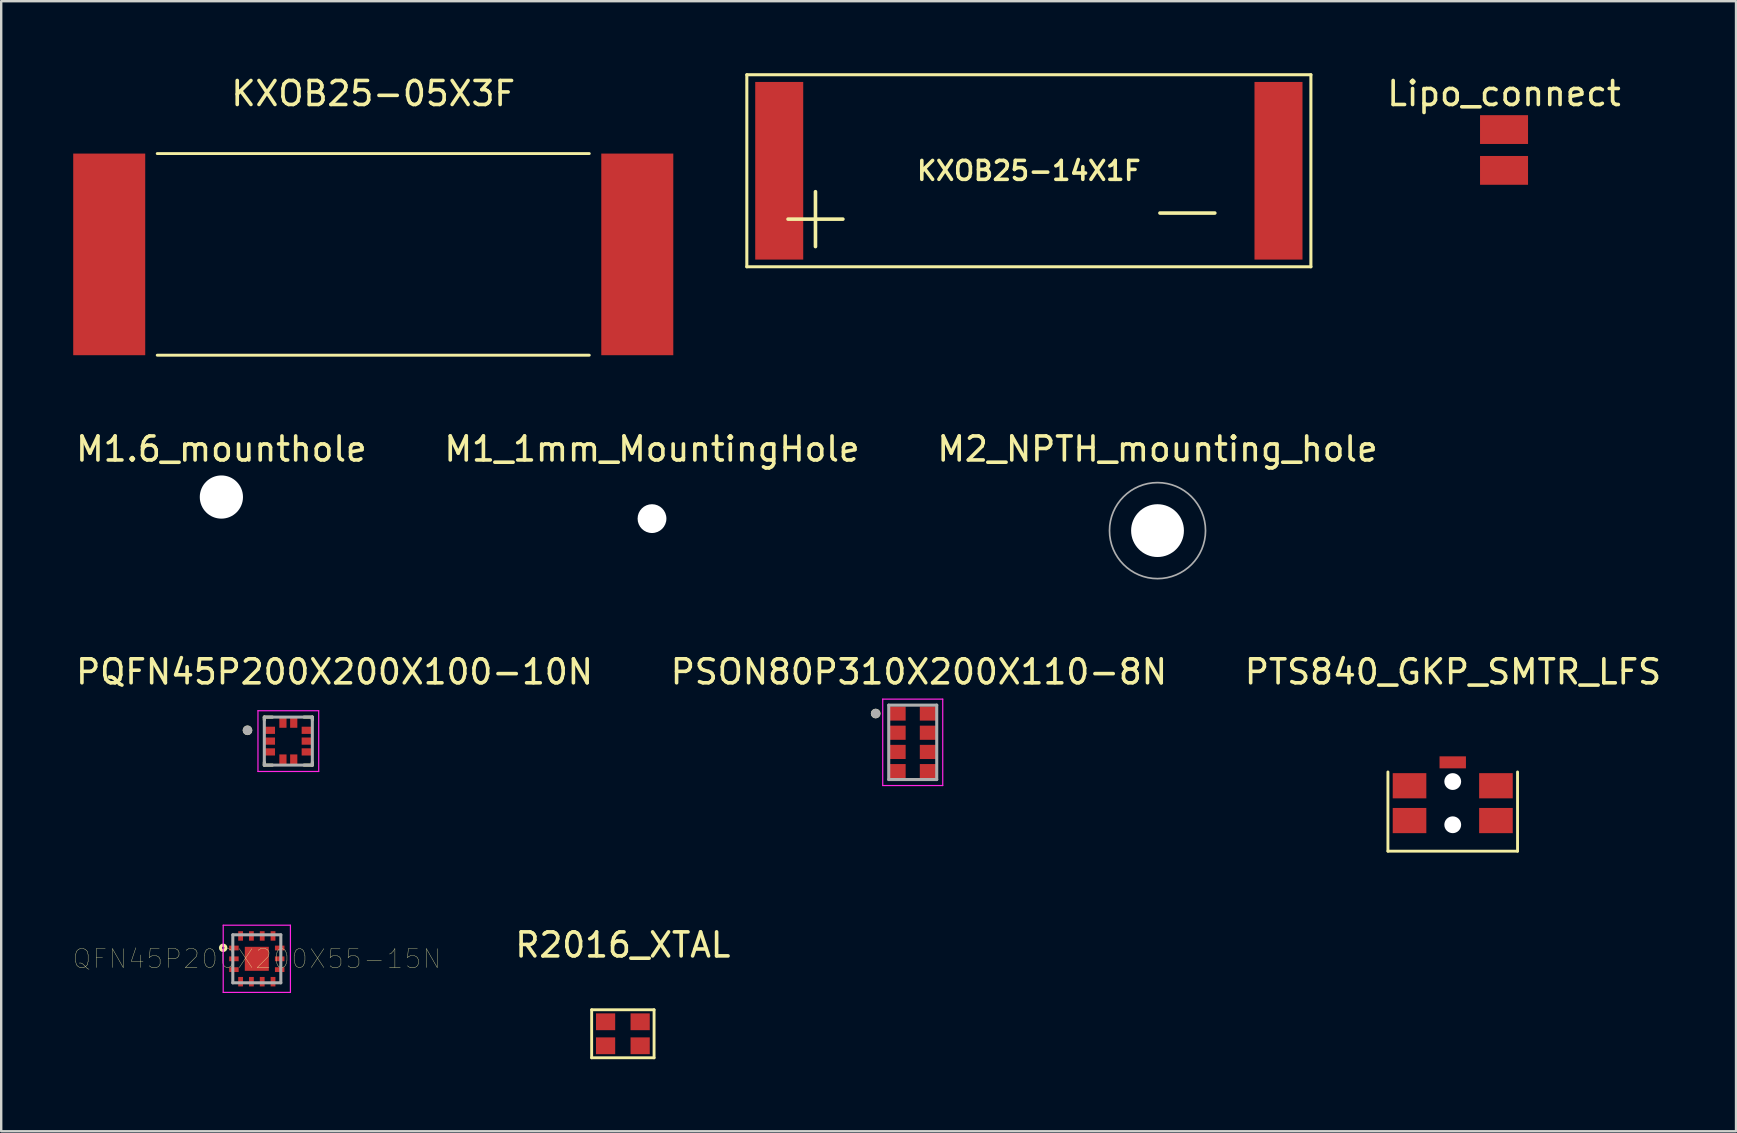
<source format=kicad_pcb>
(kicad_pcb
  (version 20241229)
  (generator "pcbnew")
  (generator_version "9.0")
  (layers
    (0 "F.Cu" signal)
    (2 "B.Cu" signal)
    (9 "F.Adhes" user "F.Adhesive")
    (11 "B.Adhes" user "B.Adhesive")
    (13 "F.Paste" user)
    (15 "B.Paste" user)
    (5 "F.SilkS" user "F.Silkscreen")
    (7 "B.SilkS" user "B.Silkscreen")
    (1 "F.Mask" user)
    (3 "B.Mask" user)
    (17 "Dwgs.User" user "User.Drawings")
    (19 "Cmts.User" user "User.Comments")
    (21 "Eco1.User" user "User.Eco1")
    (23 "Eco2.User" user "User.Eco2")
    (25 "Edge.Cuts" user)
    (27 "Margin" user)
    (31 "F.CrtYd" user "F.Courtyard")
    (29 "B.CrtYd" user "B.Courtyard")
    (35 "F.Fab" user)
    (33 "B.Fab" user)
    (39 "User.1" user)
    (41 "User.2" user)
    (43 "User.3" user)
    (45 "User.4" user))
  (footprint "QFN45P200X200X55-15N"
    (layer "F.Cu")
    (at 7.649 36.895)
    (property "Reference" "QFN45P200X200X55-15N" (at 0 0 0) (layer "F.SilkS") (effects (font (size 0.787 0.787) (thickness 0.015))))
    (attr through_hole)
    (fp_circle (center -1.401 -0.458) (end -1.351 -0.458) (stroke (width 0.127) (type solid)) (fill no) (layer "F.SilkS"))
    (fp_line (start -1.4 -1.4) (end 1.4 -1.4) (stroke (width 0.05) (type solid)) (layer "F.CrtYd"))
    (fp_line (start -1.4 1.4) (end -1.4 -1.4) (stroke (width 0.05) (type solid)) (layer "F.CrtYd"))
    (fp_line (start 1.4 -1.4) (end 1.4 1.4) (stroke (width 0.05) (type solid)) (layer "F.CrtYd"))
    (fp_line (start 1.4 1.4) (end -1.4 1.4) (stroke (width 0.05) (type solid)) (layer "F.CrtYd"))
    (fp_line (start -1 -1) (end 1 -1) (stroke (width 0.127) (type solid)) (layer "F.Fab"))
    (fp_line (start -1 1) (end -1 -1) (stroke (width 0.127) (type solid)) (layer "F.Fab"))
    (fp_line (start 1 -1) (end 1 1) (stroke (width 0.127) (type solid)) (layer "F.Fab"))
    (fp_line (start 1 1) (end -1 1) (stroke (width 0.127) (type solid)) (layer "F.Fab"))
    (pad "1" smd rect (at -0.953 -0.45) (size 0.395 0.2) (layers "F.Cu" "F.Mask" "F.Paste"))
    (pad "2" smd rect (at -0.953 0) (size 0.395 0.2) (layers "F.Cu" "F.Mask" "F.Paste"))
    (pad "3" smd rect (at -0.953 0.45) (size 0.395 0.2) (layers "F.Cu" "F.Mask" "F.Paste"))
    (pad "4" smd rect (at -0.675 0.953) (size 0.2 0.395) (layers "F.Cu" "F.Mask" "F.Paste"))
    (pad "5" smd rect (at -0.225 0.953) (size 0.2 0.395) (layers "F.Cu" "F.Mask" "F.Paste"))
    (pad "6" smd rect (at 0.225 0.953) (size 0.2 0.395) (layers "F.Cu" "F.Mask" "F.Paste"))
    (pad "7" smd rect (at 0.675 0.953) (size 0.2 0.395) (layers "F.Cu" "F.Mask" "F.Paste"))
    (pad "8" smd rect (at 0.953 0.45) (size 0.395 0.2) (layers "F.Cu" "F.Mask" "F.Paste"))
    (pad "9" smd rect (at 0.953 0) (size 0.395 0.2) (layers "F.Cu" "F.Mask" "F.Paste"))
    (pad "10" smd rect (at 0.953 -0.45) (size 0.395 0.2) (layers "F.Cu" "F.Mask" "F.Paste"))
    (pad "11" smd rect (at 0.675 -0.953) (size 0.2 0.395) (layers "F.Cu" "F.Mask" "F.Paste"))
    (pad "12" smd rect (at 0.225 -0.953) (size 0.2 0.395) (layers "F.Cu" "F.Mask" "F.Paste"))
    (pad "13" smd rect (at -0.225 -0.953) (size 0.2 0.395) (layers "F.Cu" "F.Mask" "F.Paste"))
    (pad "14" smd rect (at -0.675 -0.953) (size 0.2 0.395) (layers "F.Cu" "F.Mask" "F.Paste"))
    (pad "15" smd rect (at 0 0) (size 1 1) (layers "F.Cu" "F.Mask" "F.Paste")))
  (footprint "M1.6_mounthole"
    (layer "F.Cu")
    (at 6.173 17.657)
    (property "Reference" "M1.6_mounthole" (at 0 -2 0) (layer "F.SilkS") (effects (font (size 1 1) (thickness 0.15))))
    (attr through_hole)
    (pad "" np_thru_hole circle (at 0 0) (size 1.8 1.8) (drill 1.8) (layers "*.Cu" "*.Mask")))
  (footprint "M2_NPTH_mounting_hole"
    (layer "F.Cu")
    (at 45.173 17.556)
    (property "Reference" "M2_NPTH_mounting_hole" (at 0 -1.9 0) (layer "F.SilkS") (effects (font (size 1 1) (thickness 0.15))))
    (attr through_hole)
    (fp_circle (center 0 1.5) (end 2 1.5) (stroke (width 0.07) (type solid)) (fill no) (layer "F.Fab"))
    (pad "" np_thru_hole circle (at 0 1.5) (size 2.2 2.2) (drill 2.2) (layers "*.Cu" "*.Mask")))
  (footprint "PSON80P310X200X110-8N"
    (layer "F.Cu")
    (at 34.975 27.876)
    (property "Reference" "PSON80P310X200X110-8N" (at 0.257 -2.936 0) (layer "F.SilkS") (effects (font (size 1 1) (thickness 0.15))))
    (attr through_hole)
    (fp_circle (center -1.544 -1.2) (end -1.444 -1.2) (stroke (width 0.2) (type solid)) (fill no) (layer "F.SilkS"))
    (fp_line (start -1.25 -1.8) (end -1.25 1.8) (stroke (width 0.05) (type solid)) (layer "F.CrtYd"))
    (fp_line (start -1.25 1.8) (end 1.25 1.8) (stroke (width 0.05) (type solid)) (layer "F.CrtYd"))
    (fp_line (start 1.25 -1.8) (end -1.25 -1.8) (stroke (width 0.05) (type solid)) (layer "F.CrtYd"))
    (fp_line (start 1.25 1.8) (end 1.25 -1.8) (stroke (width 0.05) (type solid)) (layer "F.CrtYd"))
    (fp_line (start -1 -1.55) (end 1 -1.55) (stroke (width 0.127) (type solid)) (layer "F.Fab"))
    (fp_line (start -1 1.55) (end -1 -1.55) (stroke (width 0.127) (type solid)) (layer "F.Fab"))
    (fp_line (start 1 -1.55) (end 1 1.55) (stroke (width 0.127) (type solid)) (layer "F.Fab"))
    (fp_line (start 1 1.55) (end -1 1.55) (stroke (width 0.127) (type solid)) (layer "F.Fab"))
    (fp_circle (center -1.544 -1.2) (end -1.444 -1.2) (stroke (width 0.2) (type solid)) (fill no) (layer "F.Fab"))
    (pad "1" smd rect (at -0.64 -1.2) (size 0.69 0.59) (layers "F.Cu" "F.Mask" "F.Paste"))
    (pad "2" smd rect (at -0.64 -0.4) (size 0.69 0.59) (layers "F.Cu" "F.Mask" "F.Paste"))
    (pad "3" smd rect (at -0.64 0.4) (size 0.69 0.59) (layers "F.Cu" "F.Mask" "F.Paste"))
    (pad "4" smd rect (at -0.64 1.2) (size 0.69 0.59) (layers "F.Cu" "F.Mask" "F.Paste"))
    (pad "5" smd rect (at 0.64 1.2) (size 0.69 0.59) (layers "F.Cu" "F.Mask" "F.Paste"))
    (pad "6" smd rect (at 0.64 0.4) (size 0.69 0.59) (layers "F.Cu" "F.Mask" "F.Paste"))
    (pad "7" smd rect (at 0.64 -0.4) (size 0.69 0.59) (layers "F.Cu" "F.Mask" "F.Paste"))
    (pad "8" smd rect (at 0.64 -1.2) (size 0.69 0.59) (layers "F.Cu" "F.Mask" "F.Paste")))
  (footprint "R2016_XTAL"
    (layer "F.Cu")
    (at 22.899 38.318)
    (property "Reference" "R2016_XTAL" (at 0 -2 0) (layer "F.SilkS") (effects (font (size 1 1) (thickness 0.15))))
    (attr through_hole)
    (fp_line (start -1.3 0.7) (end 1.3 0.7) (stroke (width 0.12) (type solid)) (layer "F.SilkS"))
    (fp_line (start -1.3 2.7) (end -1.3 0.7) (stroke (width 0.12) (type solid)) (layer "F.SilkS"))
    (fp_line (start 1.3 0.7) (end 1.3 2.7) (stroke (width 0.12) (type solid)) (layer "F.SilkS"))
    (fp_line (start 1.3 2.7) (end -1.3 2.7) (stroke (width 0.12) (type solid)) (layer "F.SilkS"))
    (pad "1" smd rect (at -0.72 2.2) (size 0.8 0.7) (layers "F.Cu" "F.Mask" "F.Paste"))
    (pad "2" smd rect (at 0.72 2.2) (size 0.8 0.7) (layers "F.Cu" "F.Mask" "F.Paste"))
    (pad "3" smd rect (at 0.72 1.2) (size 0.8 0.7) (layers "F.Cu" "F.Mask" "F.Paste"))
    (pad "4" smd rect (at -0.72 1.2) (size 0.8 0.7) (layers "F.Cu" "F.Mask" "F.Paste")))
  (footprint "KXOB25-14X1F"
    (layer "F.Cu")
    (at 39.813 4.064)
    (property "Reference" "KXOB25-14X1F" (at 0 0 0) (layer "F.SilkS") (effects (font (size 0.787 0.787) (thickness 0.15))))
    (attr through_hole)
    (fp_line (start -11.75 -4) (end 11.75 -4) (stroke (width 0.127) (type solid)) (layer "F.SilkS"))
    (fp_line (start -11.75 4) (end -11.75 -4) (stroke (width 0.127) (type solid)) (layer "F.SilkS"))
    (fp_line (start 11.75 -4) (end 11.75 4) (stroke (width 0.127) (type solid)) (layer "F.SilkS"))
    (fp_line (start 11.75 4) (end -11.75 4) (stroke (width 0.127) (type solid)) (layer "F.SilkS"))
    (fp_text user "+" (at -8.89 1.778 0) (layer "F.SilkS") (effects (font (size 3 3) (thickness 0.15))))
    (fp_text user "-" (at 6.604 1.524 0) (layer "F.SilkS") (effects (font (size 3 3) (thickness 0.15))))
    (pad "V" smd rect (at 10.4 0) (size 2 7.4) (layers "F.Cu" "F.Mask" "F.Paste"))
    (pad "V+" smd rect (at -10.4 0) (size 2 7.4) (layers "F.Cu" "F.Mask" "F.Paste")))
  (footprint "KXOB25-05X3F"
    (layer "F.Cu")
    (at 12.5 1.548)
    (property "Reference" "KXOB25-05X3F" (at 0 -0.7 0) (layer "F.SilkS") (effects (font (size 1 1) (thickness 0.15))))
    (attr through_hole)
    (fp_line (start -9 1.8) (end 9 1.8) (stroke (width 0.12) (type solid)) (layer "F.SilkS"))
    (fp_line (start -9 10.2) (end 9 10.2) (stroke (width 0.12) (type solid)) (layer "F.SilkS"))
    (pad "1" smd rect (at -11 6) (size 3 8.4) (layers "F.Cu" "F.Mask" "F.Paste"))
    (pad "2" smd rect (at 11 6) (size 3 8.4) (layers "F.Cu" "F.Mask" "F.Paste")))
  (footprint "PTS840_GKP_SMTR_LFS"
    (layer "F.Cu")
    (at 57.472 30.41)
    (property "Reference" "PTS840_GKP_SMTR_LFS" (at 0.01 -5.47 0) (layer "F.SilkS") (effects (font (size 1 1) (thickness 0.15))))
    (attr through_hole)
    (fp_line (start -2.7 -1.3) (end -2.7 2) (stroke (width 0.12) (type solid)) (layer "F.SilkS"))
    (fp_line (start -2.7 2) (end 2.7 2) (stroke (width 0.12) (type solid)) (layer "F.SilkS"))
    (fp_line (start 2.7 2) (end 2.7 -1.3) (stroke (width 0.12) (type solid)) (layer "F.SilkS"))
    (pad "" np_thru_hole circle (at 0 -0.9) (size 0.7 0.7) (drill 0.7) (layers "*.Cu" "*.Mask"))
    (pad "" np_thru_hole circle (at 0 0.9) (size 0.7 0.7) (drill 0.7) (layers "*.Cu" "*.Mask"))
    (pad "1" smd rect (at -1.8 -0.725) (size 1.4 1.05) (layers "F.Cu" "F.Mask" "F.Paste"))
    (pad "2" smd rect (at 1.8 -0.725) (size 1.4 1.05) (layers "F.Cu" "F.Mask" "F.Paste"))
    (pad "3" smd rect (at -1.8 0.725) (size 1.4 1.05) (layers "F.Cu" "F.Mask" "F.Paste"))
    (pad "4" smd rect (at 1.8 0.725) (size 1.4 1.05) (layers "F.Cu" "F.Mask" "F.Paste"))
    (pad "5" smd rect (at 0 -1.7) (size 1.1 0.5) (layers "F.Cu" "F.Mask" "F.Paste")))
  (footprint "M1_1mm_MountingHole"
    (layer "F.Cu")
    (at 24.113 17.556)
    (property "Reference" "M1_1mm_MountingHole" (at 0 -1.9 0) (layer "F.SilkS") (effects (font (size 1 1) (thickness 0.15))))
    (attr through_hole)
    (pad "" np_thru_hole circle (at 0 1) (size 1.2 1.2) (drill 1.2) (layers "*.Cu" "*.Mask")))
  (footprint "Lipo_connect"
    (layer "F.Cu")
    (at 59.609 0.348)
    (property "Reference" "Lipo_connect" (at 0 0.5 0) (layer "F.SilkS") (effects (font (size 1 1) (thickness 0.15))))
    (attr through_hole)
    (pad "1" smd rect (at 0 2) (size 2 1.2) (layers "F.Cu" "F.Mask" "F.Paste"))
    (pad "2" smd rect (at 0 3.7) (size 2 1.2) (layers "F.Cu" "F.Mask" "F.Paste")))
  (footprint "PQFN45P200X200X100-10N"
    (layer "F.Cu")
    (at 8.962 27.825)
    (property "Reference" "PQFN45P200X200X100-10N" (at 1.925 -2.885 0) (layer "F.SilkS") (effects (font (size 1 1) (thickness 0.15))))
    (attr through_hole)
    (fp_line (start -1 -1) (end -0.665 -1) (stroke (width 0.127) (type solid)) (layer "F.SilkS"))
    (fp_line (start -1 -0.885) (end -1 -1) (stroke (width 0.127) (type solid)) (layer "F.SilkS"))
    (fp_line (start -1 1) (end -1 0.885) (stroke (width 0.127) (type solid)) (layer "F.SilkS"))
    (fp_line (start -0.665 1) (end -1 1) (stroke (width 0.127) (type solid)) (layer "F.SilkS"))
    (fp_line (start 1 -1) (end 0.655 -1) (stroke (width 0.127) (type solid)) (layer "F.SilkS"))
    (fp_line (start 1 -1) (end 1 -0.885) (stroke (width 0.127) (type solid)) (layer "F.SilkS"))
    (fp_line (start 1 0.885) (end 1 1) (stroke (width 0.127) (type solid)) (layer "F.SilkS"))
    (fp_line (start 1 1) (end 0.655 1) (stroke (width 0.127) (type solid)) (layer "F.SilkS"))
    (fp_circle (center -1.701 -0.45) (end -1.601 -0.45) (stroke (width 0.2) (type solid)) (fill no) (layer "F.SilkS"))
    (fp_line (start -1.265 -1.265) (end -1.265 1.265) (stroke (width 0.05) (type solid)) (layer "F.CrtYd"))
    (fp_line (start -1.265 1.265) (end 1.265 1.265) (stroke (width 0.05) (type solid)) (layer "F.CrtYd"))
    (fp_line (start 1.265 -1.265) (end -1.265 -1.265) (stroke (width 0.05) (type solid)) (layer "F.CrtYd"))
    (fp_line (start 1.265 1.265) (end 1.265 -1.265) (stroke (width 0.05) (type solid)) (layer "F.CrtYd"))
    (fp_line (start -1 -1) (end 1 -1) (stroke (width 0.127) (type solid)) (layer "F.Fab"))
    (fp_line (start -1 1) (end -1 -1) (stroke (width 0.127) (type solid)) (layer "F.Fab"))
    (fp_line (start 1 -1) (end 1 1) (stroke (width 0.127) (type solid)) (layer "F.Fab"))
    (fp_line (start 1 1) (end -1 1) (stroke (width 0.127) (type solid)) (layer "F.Fab"))
    (fp_circle (center -1.701 -0.45) (end -1.601 -0.45) (stroke (width 0.2) (type solid)) (fill no) (layer "F.Fab"))
    (pad "1" smd rect (at -0.785 -0.45 90) (size 0.3 0.46) (layers "F.Cu" "F.Mask" "F.Paste"))
    (pad "2" smd rect (at -0.785 0 90) (size 0.3 0.46) (layers "F.Cu" "F.Mask" "F.Paste"))
    (pad "3" smd rect (at -0.785 0.45 90) (size 0.3 0.46) (layers "F.Cu" "F.Mask" "F.Paste"))
    (pad "4" smd rect (at -0.225 0.785 90) (size 0.46 0.3) (layers "F.Cu" "F.Mask" "F.Paste"))
    (pad "5" smd rect (at 0.225 0.785 90) (size 0.46 0.3) (layers "F.Cu" "F.Mask" "F.Paste"))
    (pad "6" smd rect (at 0.785 0.45 90) (size 0.3 0.46) (layers "F.Cu" "F.Mask" "F.Paste"))
    (pad "7" smd rect (at 0.785 0 90) (size 0.3 0.46) (layers "F.Cu" "F.Mask" "F.Paste"))
    (pad "8" smd rect (at 0.785 -0.45 90) (size 0.3 0.46) (layers "F.Cu" "F.Mask" "F.Paste"))
    (pad "9" smd rect (at 0.225 -0.785 90) (size 0.46 0.3) (layers "F.Cu" "F.Mask" "F.Paste"))
    (pad "10" smd rect (at -0.225 -0.785 90) (size 0.46 0.3) (layers "F.Cu" "F.Mask" "F.Paste")))
  (gr_rect
    (start -3 -3)
    (end 69.274 44.078)
    (stroke (width 0.1) (type default))
    (fill no)
    (layer "Edge.Cuts")))
</source>
